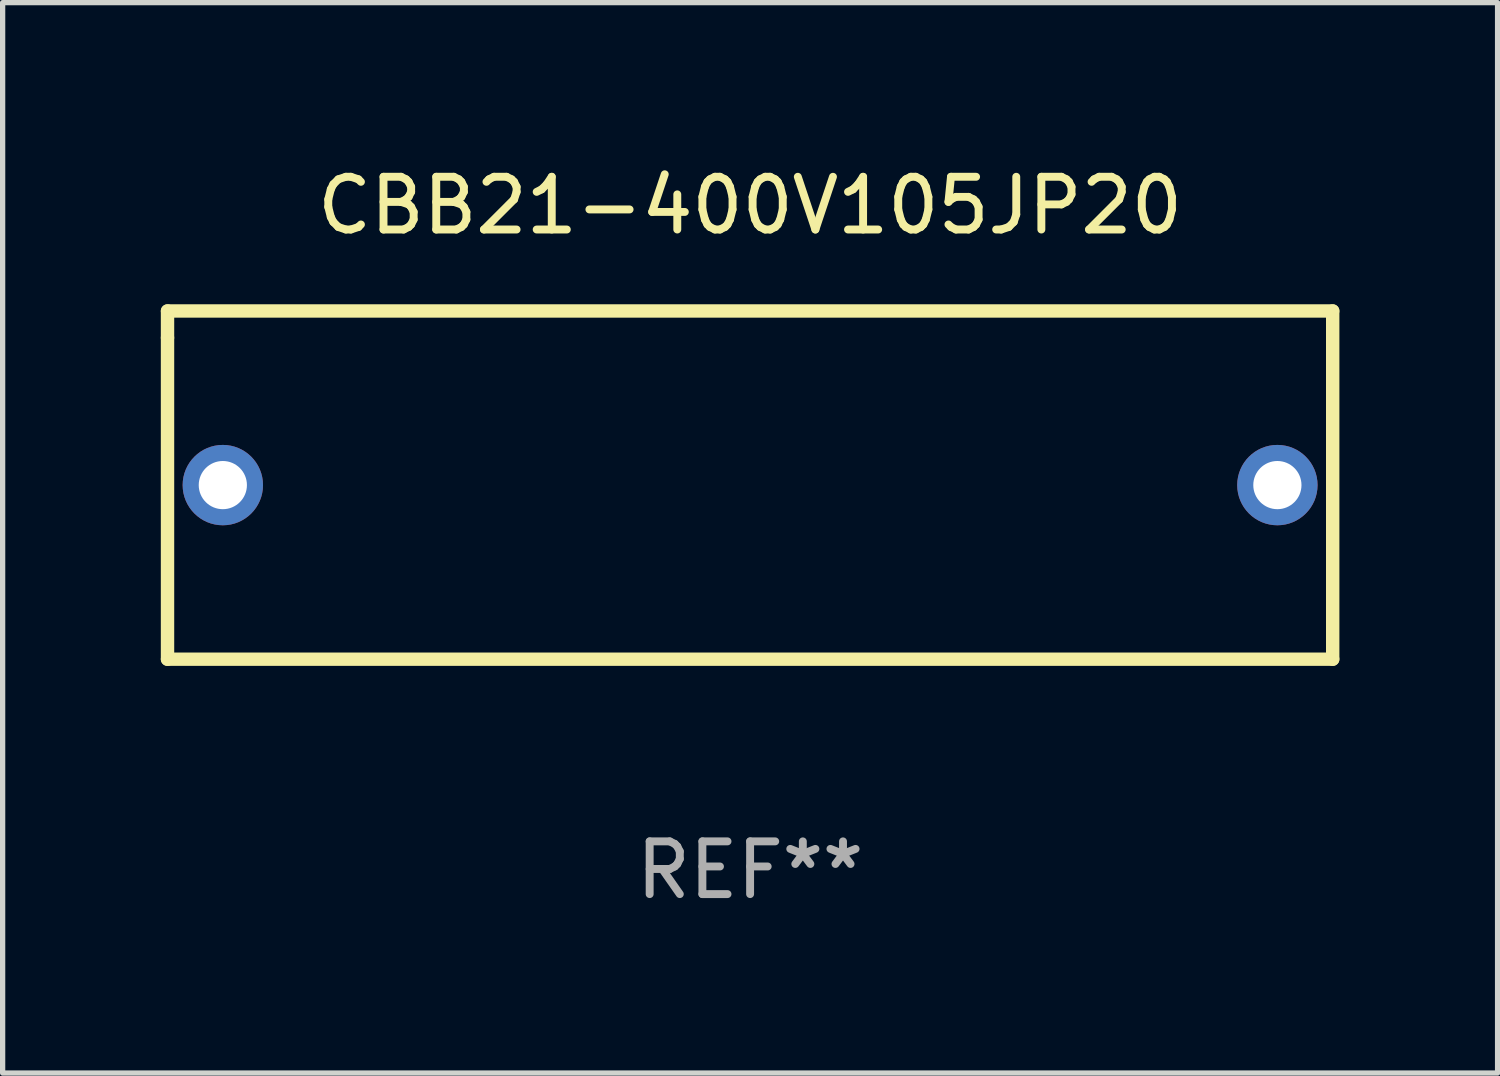
<source format=kicad_pcb>
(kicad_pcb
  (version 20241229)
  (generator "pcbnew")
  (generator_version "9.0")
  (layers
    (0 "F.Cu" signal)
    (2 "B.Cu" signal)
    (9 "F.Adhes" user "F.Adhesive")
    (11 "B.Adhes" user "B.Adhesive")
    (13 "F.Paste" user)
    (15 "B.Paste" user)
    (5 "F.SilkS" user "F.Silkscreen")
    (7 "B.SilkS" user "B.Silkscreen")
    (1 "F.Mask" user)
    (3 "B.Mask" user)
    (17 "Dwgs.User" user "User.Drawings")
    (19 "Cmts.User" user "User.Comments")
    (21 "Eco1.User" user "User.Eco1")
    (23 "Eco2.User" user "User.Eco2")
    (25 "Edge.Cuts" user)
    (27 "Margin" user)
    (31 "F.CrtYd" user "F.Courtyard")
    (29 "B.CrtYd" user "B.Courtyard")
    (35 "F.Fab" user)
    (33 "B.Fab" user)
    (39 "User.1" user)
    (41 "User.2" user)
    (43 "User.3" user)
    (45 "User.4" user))
  (footprint "CBB21-400V105JP20"
    (layer "F.Cu")
    (at 11.176 6.15)
    (property "Reference" "CBB21-400V105JP20" (at 0 -5.302 0) (layer "F.SilkS") (effects (font (size 1 1) (thickness 0.15))))
    (attr through_hole)
    (fp_line (start -11.049 -3.302) (end 11.049 -3.302) (stroke (width 0.254) (type solid)) (layer "F.SilkS"))
    (fp_line (start -11.049 -2.794) (end -11.049 -3.302) (stroke (width 0.254) (type solid)) (layer "F.SilkS"))
    (fp_line (start -11.049 3.302) (end -11.049 -2.794) (stroke (width 0.254) (type solid)) (layer "F.SilkS"))
    (fp_line (start 11.049 -3.302) (end 11.049 3.302) (stroke (width 0.254) (type solid)) (layer "F.SilkS"))
    (fp_line (start 11.049 3.302) (end -11.049 3.302) (stroke (width 0.254) (type solid)) (layer "F.SilkS"))
    (fp_circle (center -11 3.25) (end -10.97 3.25) (stroke (width 0.06) (type solid)) (fill no) (layer "F.SilkS"))
    (fp_text user "REF**" (at 0 7.302 0) (layer "F.Fab") (effects (font (size 1 1) (thickness 0.15))))
    (pad "1" thru_hole circle (at -10 0) (size 1.524 1.524) (drill 0.914) (layers "*.Cu" "*.Mask"))
    (pad "2" thru_hole circle (at 10 0) (size 1.524 1.524) (drill 0.914) (layers "*.Cu" "*.Mask")))
  (gr_rect
    (start -3 -3)
    (end 25.352 17.301)
    (stroke (width 0.1) (type default))
    (fill no)
    (layer "Edge.Cuts")))
</source>
